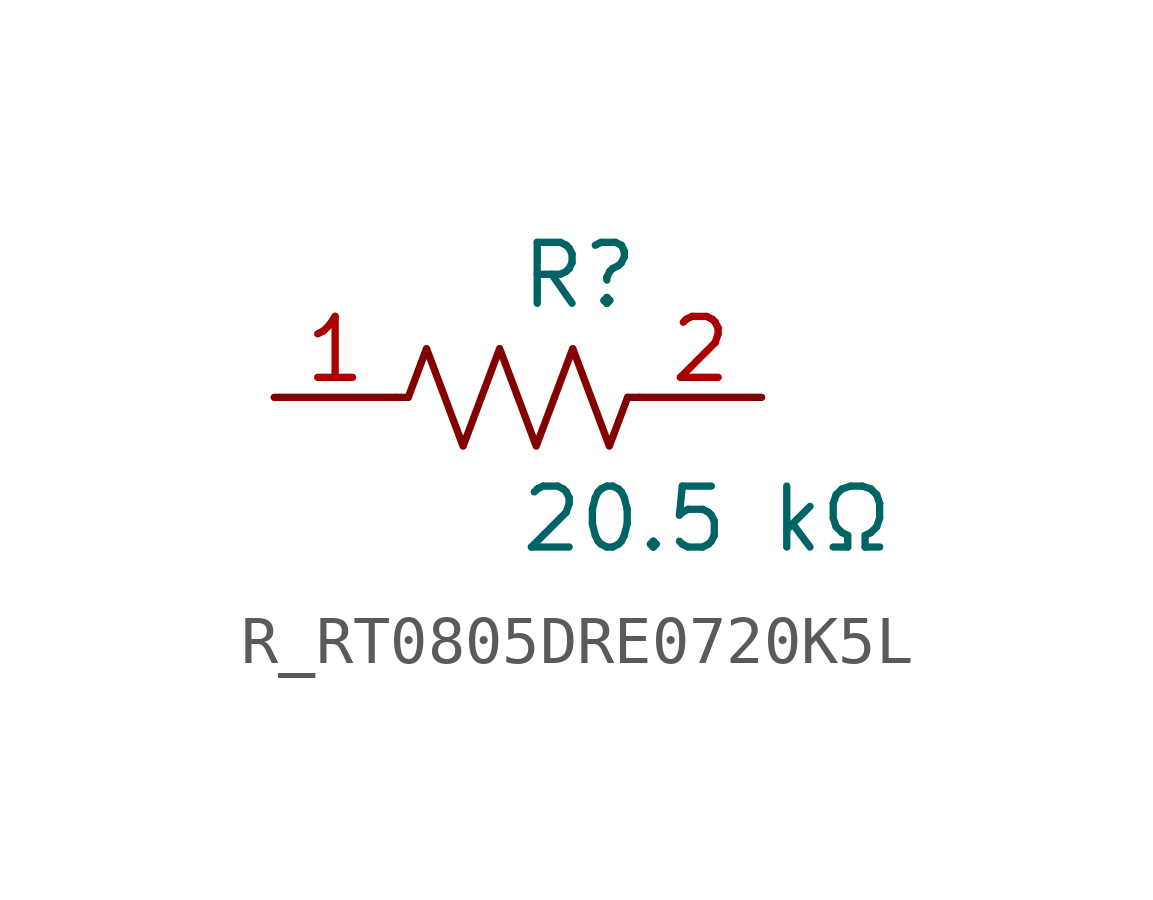
<source format=kicad_sym>
(kicad_symbol_lib
  (version 20231120)
  (generator kicad_symbol_editor)
  (generator_version 8.0)
  (symbol "R_RT0805DRE0720K5L"
    (pin_names
      (offset 0.254))
    (property "Reference" "R"
      (at 0 2.54 0)
      (effects (font (size 1.27 1.27)) (justify left)))
    (property "Value" "20.5 kΩ"
      (at 0 -2.54 0)
      (effects (font (size 1.27 1.27)) (justify left)))
    (symbol "R_RT0805DRE0720K5L_0_1"
      (polyline (pts (xy 2.286 0) (xy 2.54 0)) (stroke (width 0) (type default)) (fill (type none)))
      (polyline (pts (xy -2.286 0) (xy -2.54 0)) (stroke (width 0) (type default)) (fill (type none)))
      (polyline (pts (xy 0.762 0) (xy 1.143 1.016) (xy 1.524 0) (xy 1.905 -1.016) (xy 2.286 0)) (stroke (width 0) (type default)) (fill (type none)))
      (polyline (pts (xy -0.762 0) (xy -0.381 1.016) (xy 0 0) (xy 0.381 -1.016) (xy 0.762 0)) (stroke (width 0) (type default)) (fill (type none)))
      (polyline (pts (xy -2.286 0) (xy -1.905 1.016) (xy -1.524 0) (xy -1.143 -1.016) (xy -0.762 0)) (stroke (width 0) (type default)) (fill (type none))))
    (pin passive line
      (at -5.08 0 0)
      (length 2.54)
      (name "" (effects (font (size 1.27 1.27))))
      (number "1" (effects (font (size 1.27 1.27)))))
    (pin passive line
      (at 5.08 0 180)
      (length 2.54)
      (name "" (effects (font (size 1.27 1.27))))
      (number "2" (effects (font (size 1.27 1.27)))))))
</source>
